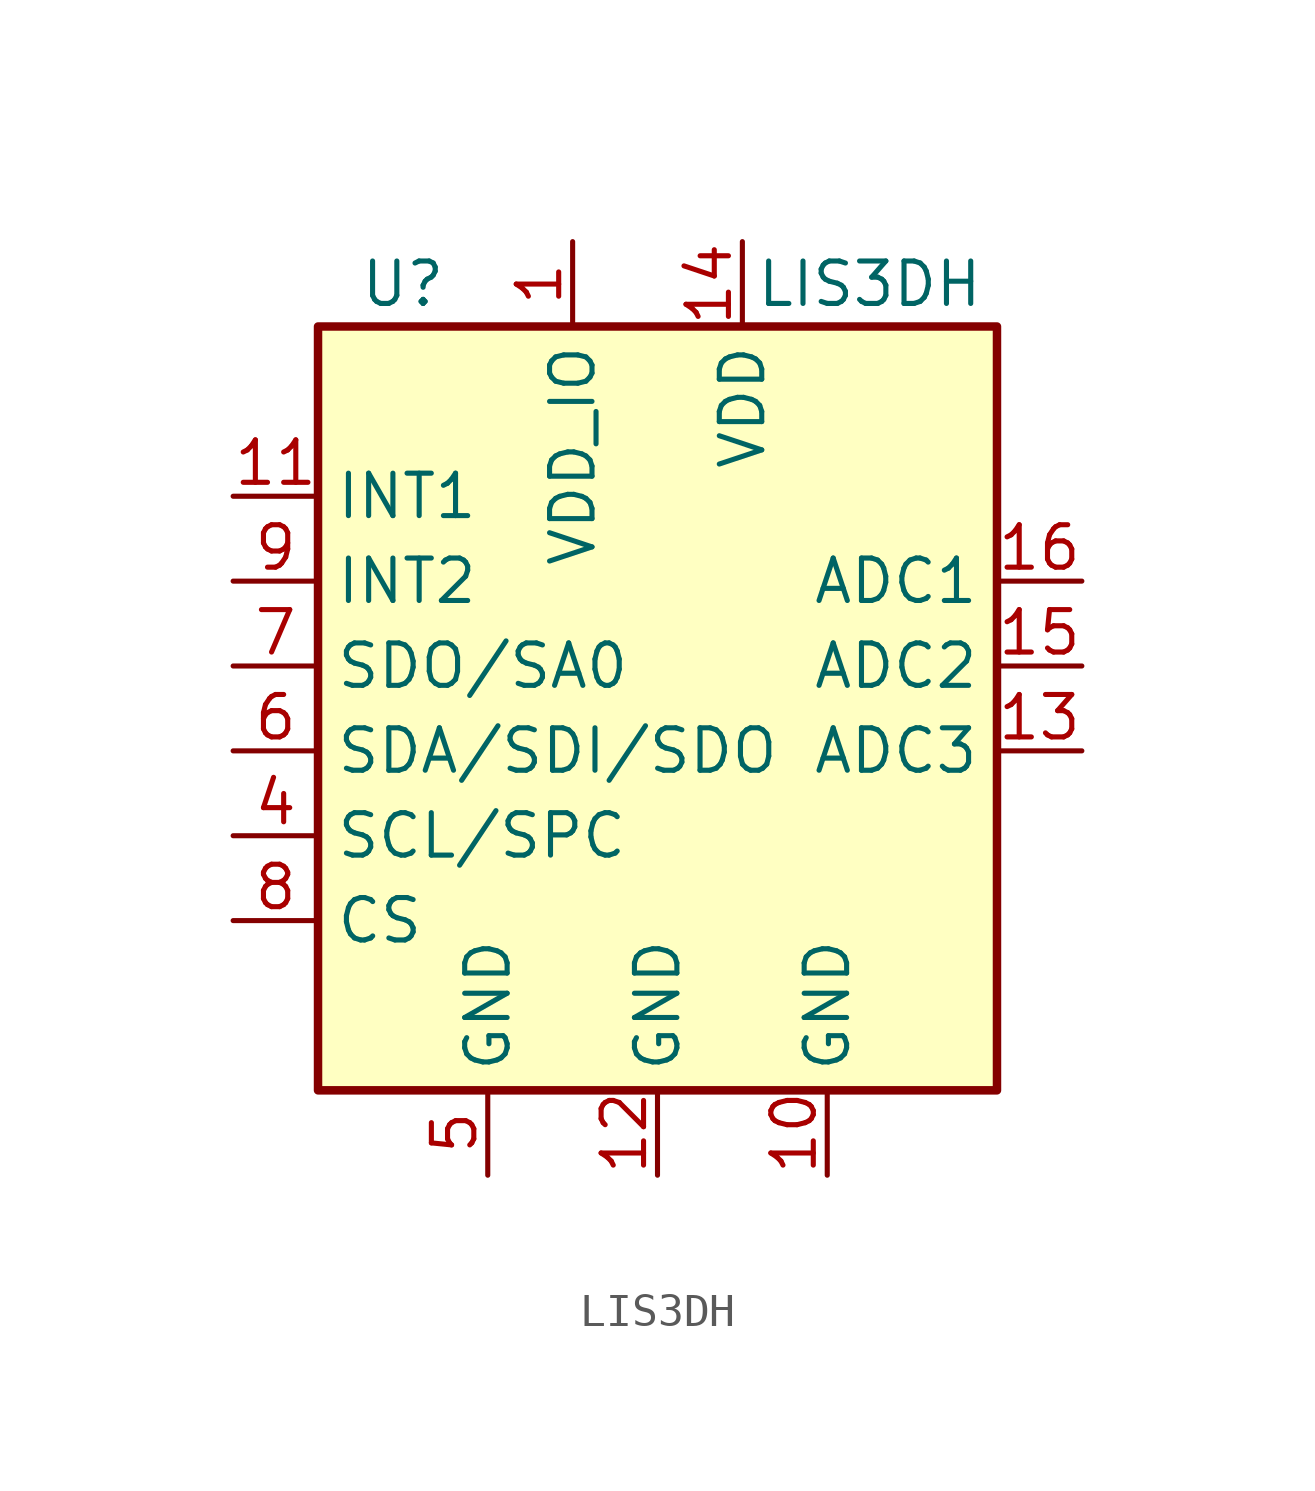
<source format=kicad_sym>
(kicad_symbol_lib
  (version 20220914)
  (generator kicad_symbol_editor)
  (symbol "LIS3DH"
    (property "Reference" "U"
      (at -7.62 11.43 0)
      (effects (font (size 1.27 1.27))))
    (property "Value" "LIS3DH"
      (at 6.35 11.43 0)
      (effects (font (size 1.27 1.27))))
    (symbol "LIS3DH_0_1"
      (rectangle (start -10.16 10.16) (end 10.16 -12.7) (stroke (width 0.254) (type default)) (fill (type background))))
    (symbol "LIS3DH_1_1"
      (pin power_in line (at -2.54 12.7 270) (length 2.54) (name "VDD_IO" (effects (font (size 1.27 1.27)))) (number "1" (effects (font (size 1.27 1.27)))))
      (pin passive line (at 5.08 -15.24 90) (length 2.54) (name "GND" (effects (font (size 1.27 1.27)))) (number "10" (effects (font (size 1.27 1.27)))))
      (pin output line (at -12.7 5.08 0) (length 2.54) (name "INT1" (effects (font (size 1.27 1.27)))) (number "11" (effects (font (size 1.27 1.27)))))
      (pin passive line (at 0 -15.24 90) (length 2.54) (name "GND" (effects (font (size 1.27 1.27)))) (number "12" (effects (font (size 1.27 1.27)))))
      (pin input line (at 12.7 -2.54 180) (length 2.54) (name "ADC3" (effects (font (size 1.27 1.27)))) (number "13" (effects (font (size 1.27 1.27)))))
      (pin power_in line (at 2.54 12.7 270) (length 2.54) (name "VDD" (effects (font (size 1.27 1.27)))) (number "14" (effects (font (size 1.27 1.27)))))
      (pin input line (at 12.7 0 180) (length 2.54) (name "ADC2" (effects (font (size 1.27 1.27)))) (number "15" (effects (font (size 1.27 1.27)))))
      (pin input line (at 12.7 2.54 180) (length 2.54) (name "ADC1" (effects (font (size 1.27 1.27)))) (number "16" (effects (font (size 1.27 1.27)))))
      (pin no_connect line (at 10.16 5.08 180) (length 2.54) hide (name "NC" (effects (font (size 1.27 1.27)))) (number "2" (effects (font (size 1.27 1.27)))))
      (pin no_connect line (at 10.16 7.62 180) (length 2.54) hide (name "NC" (effects (font (size 1.27 1.27)))) (number "3" (effects (font (size 1.27 1.27)))))
      (pin input line (at -12.7 -5.08 0) (length 2.54) (name "SCL/SPC" (effects (font (size 1.27 1.27)))) (number "4" (effects (font (size 1.27 1.27)))))
      (pin power_in line (at -5.08 -15.24 90) (length 2.54) (name "GND" (effects (font (size 1.27 1.27)))) (number "5" (effects (font (size 1.27 1.27)))))
      (pin bidirectional line (at -12.7 -2.54 0) (length 2.54) (name "SDA/SDI/SDO" (effects (font (size 1.27 1.27)))) (number "6" (effects (font (size 1.27 1.27)))))
      (pin bidirectional line (at -12.7 0 0) (length 2.54) (name "SDO/SA0" (effects (font (size 1.27 1.27)))) (number "7" (effects (font (size 1.27 1.27)))))
      (pin input line (at -12.7 -7.62 0) (length 2.54) (name "CS" (effects (font (size 1.27 1.27)))) (number "8" (effects (font (size 1.27 1.27)))))
      (pin output line (at -12.7 2.54 0) (length 2.54) (name "INT2" (effects (font (size 1.27 1.27)))) (number "9" (effects (font (size 1.27 1.27))))))))
</source>
